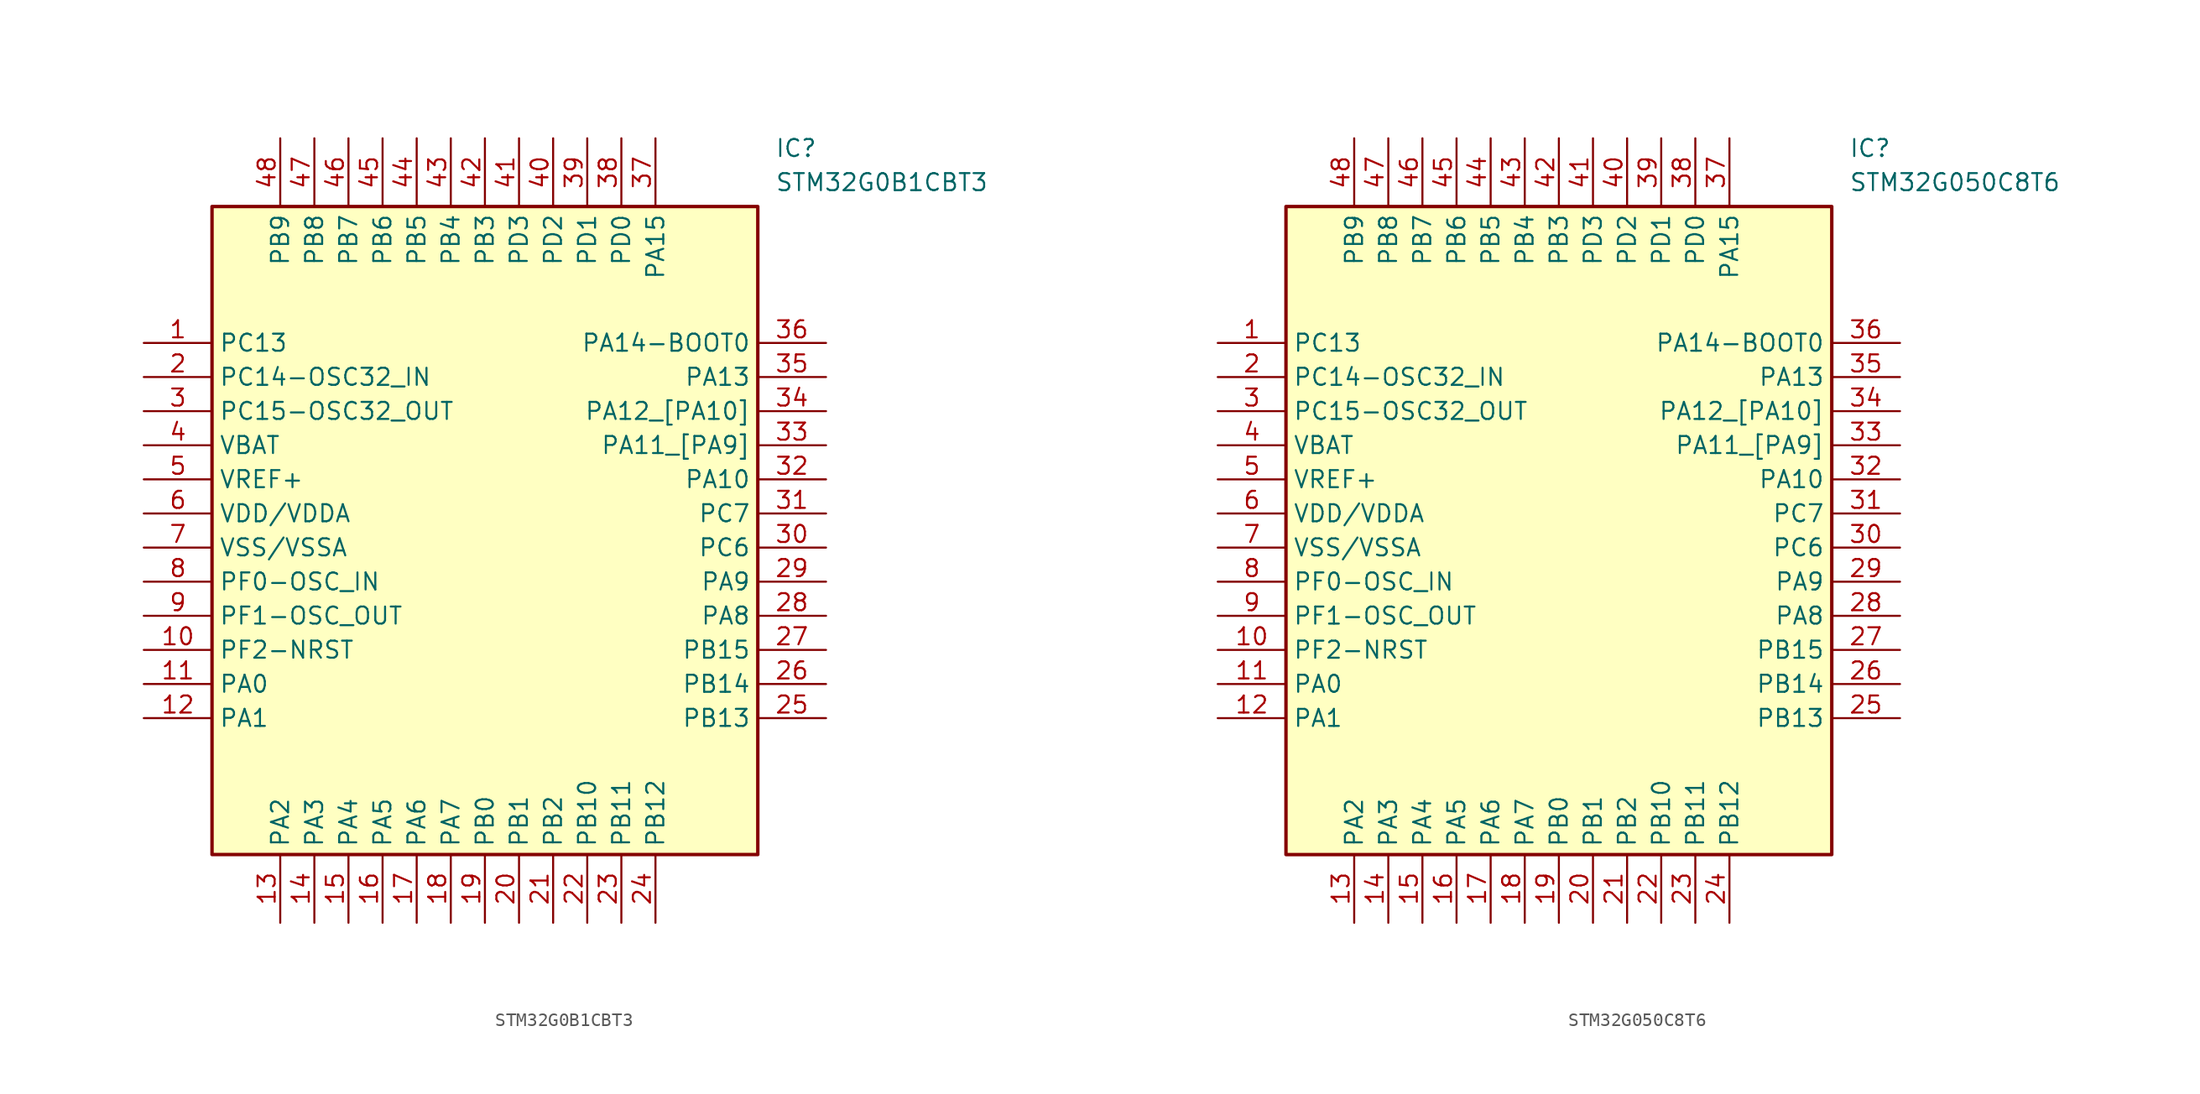
<source format=kicad_sym>
(kicad_symbol_lib
  (version 20231120)
  (generator "kicad_symbol_editor")
  (generator_version "8.0")
  (symbol "STM32G0B1CBT3"
    (property "Reference" "IC"
      (at 46.99 15.24 0)
      (effects (font (size 1.27 1.27)) (justify left top)))
    (property "Value" "STM32G0B1CBT3"
      (at 46.99 12.7 0)
      (effects (font (size 1.27 1.27)) (justify left top)))
    (rectangle
      (start 5.08 10.16)
      (end 45.72 -38.1)
      (stroke (width 0.254) (type default))
      (fill (type background)))
    (pin passive line
      (at 0 0 0)
      (length 5.08)
      (name "PC13" (effects (font (size 1.27 1.27))))
      (number "1" (effects (font (size 1.27 1.27)))))
    (pin passive line
      (at 0 -2.54 0)
      (length 5.08)
      (name "PC14-OSC32_IN" (effects (font (size 1.27 1.27))))
      (number "2" (effects (font (size 1.27 1.27)))))
    (pin passive line
      (at 0 -5.08 0)
      (length 5.08)
      (name "PC15-OSC32_OUT" (effects (font (size 1.27 1.27))))
      (number "3" (effects (font (size 1.27 1.27)))))
    (pin passive line
      (at 0 -7.62 0)
      (length 5.08)
      (name "VBAT" (effects (font (size 1.27 1.27))))
      (number "4" (effects (font (size 1.27 1.27)))))
    (pin passive line
      (at 0 -10.16 0)
      (length 5.08)
      (name "VREF+" (effects (font (size 1.27 1.27))))
      (number "5" (effects (font (size 1.27 1.27)))))
    (pin passive line
      (at 0 -12.7 0)
      (length 5.08)
      (name "VDD/VDDA" (effects (font (size 1.27 1.27))))
      (number "6" (effects (font (size 1.27 1.27)))))
    (pin passive line
      (at 0 -15.24 0)
      (length 5.08)
      (name "VSS/VSSA" (effects (font (size 1.27 1.27))))
      (number "7" (effects (font (size 1.27 1.27)))))
    (pin passive line
      (at 0 -17.78 0)
      (length 5.08)
      (name "PF0-OSC_IN" (effects (font (size 1.27 1.27))))
      (number "8" (effects (font (size 1.27 1.27)))))
    (pin passive line
      (at 0 -20.32 0)
      (length 5.08)
      (name "PF1-OSC_OUT" (effects (font (size 1.27 1.27))))
      (number "9" (effects (font (size 1.27 1.27)))))
    (pin passive line
      (at 0 -22.86 0)
      (length 5.08)
      (name "PF2-NRST" (effects (font (size 1.27 1.27))))
      (number "10" (effects (font (size 1.27 1.27)))))
    (pin passive line
      (at 0 -25.4 0)
      (length 5.08)
      (name "PA0" (effects (font (size 1.27 1.27))))
      (number "11" (effects (font (size 1.27 1.27)))))
    (pin passive line
      (at 0 -27.94 0)
      (length 5.08)
      (name "PA1" (effects (font (size 1.27 1.27))))
      (number "12" (effects (font (size 1.27 1.27)))))
    (pin passive line
      (at 10.16 -43.18 90)
      (length 5.08)
      (name "PA2" (effects (font (size 1.27 1.27))))
      (number "13" (effects (font (size 1.27 1.27)))))
    (pin passive line
      (at 12.7 -43.18 90)
      (length 5.08)
      (name "PA3" (effects (font (size 1.27 1.27))))
      (number "14" (effects (font (size 1.27 1.27)))))
    (pin passive line
      (at 15.24 -43.18 90)
      (length 5.08)
      (name "PA4" (effects (font (size 1.27 1.27))))
      (number "15" (effects (font (size 1.27 1.27)))))
    (pin passive line
      (at 17.78 -43.18 90)
      (length 5.08)
      (name "PA5" (effects (font (size 1.27 1.27))))
      (number "16" (effects (font (size 1.27 1.27)))))
    (pin passive line
      (at 20.32 -43.18 90)
      (length 5.08)
      (name "PA6" (effects (font (size 1.27 1.27))))
      (number "17" (effects (font (size 1.27 1.27)))))
    (pin passive line
      (at 22.86 -43.18 90)
      (length 5.08)
      (name "PA7" (effects (font (size 1.27 1.27))))
      (number "18" (effects (font (size 1.27 1.27)))))
    (pin passive line
      (at 25.4 -43.18 90)
      (length 5.08)
      (name "PB0" (effects (font (size 1.27 1.27))))
      (number "19" (effects (font (size 1.27 1.27)))))
    (pin passive line
      (at 27.94 -43.18 90)
      (length 5.08)
      (name "PB1" (effects (font (size 1.27 1.27))))
      (number "20" (effects (font (size 1.27 1.27)))))
    (pin passive line
      (at 30.48 -43.18 90)
      (length 5.08)
      (name "PB2" (effects (font (size 1.27 1.27))))
      (number "21" (effects (font (size 1.27 1.27)))))
    (pin passive line
      (at 33.02 -43.18 90)
      (length 5.08)
      (name "PB10" (effects (font (size 1.27 1.27))))
      (number "22" (effects (font (size 1.27 1.27)))))
    (pin passive line
      (at 35.56 -43.18 90)
      (length 5.08)
      (name "PB11" (effects (font (size 1.27 1.27))))
      (number "23" (effects (font (size 1.27 1.27)))))
    (pin passive line
      (at 38.1 -43.18 90)
      (length 5.08)
      (name "PB12" (effects (font (size 1.27 1.27))))
      (number "24" (effects (font (size 1.27 1.27)))))
    (pin passive line
      (at 50.8 0 180)
      (length 5.08)
      (name "PA14-BOOT0" (effects (font (size 1.27 1.27))))
      (number "36" (effects (font (size 1.27 1.27)))))
    (pin passive line
      (at 50.8 -2.54 180)
      (length 5.08)
      (name "PA13" (effects (font (size 1.27 1.27))))
      (number "35" (effects (font (size 1.27 1.27)))))
    (pin passive line
      (at 50.8 -5.08 180)
      (length 5.08)
      (name "PA12_[PA10]" (effects (font (size 1.27 1.27))))
      (number "34" (effects (font (size 1.27 1.27)))))
    (pin passive line
      (at 50.8 -7.62 180)
      (length 5.08)
      (name "PA11_[PA9]" (effects (font (size 1.27 1.27))))
      (number "33" (effects (font (size 1.27 1.27)))))
    (pin passive line
      (at 50.8 -10.16 180)
      (length 5.08)
      (name "PA10" (effects (font (size 1.27 1.27))))
      (number "32" (effects (font (size 1.27 1.27)))))
    (pin passive line
      (at 50.8 -12.7 180)
      (length 5.08)
      (name "PC7" (effects (font (size 1.27 1.27))))
      (number "31" (effects (font (size 1.27 1.27)))))
    (pin passive line
      (at 50.8 -15.24 180)
      (length 5.08)
      (name "PC6" (effects (font (size 1.27 1.27))))
      (number "30" (effects (font (size 1.27 1.27)))))
    (pin passive line
      (at 50.8 -17.78 180)
      (length 5.08)
      (name "PA9" (effects (font (size 1.27 1.27))))
      (number "29" (effects (font (size 1.27 1.27)))))
    (pin passive line
      (at 50.8 -20.32 180)
      (length 5.08)
      (name "PA8" (effects (font (size 1.27 1.27))))
      (number "28" (effects (font (size 1.27 1.27)))))
    (pin passive line
      (at 50.8 -22.86 180)
      (length 5.08)
      (name "PB15" (effects (font (size 1.27 1.27))))
      (number "27" (effects (font (size 1.27 1.27)))))
    (pin passive line
      (at 50.8 -25.4 180)
      (length 5.08)
      (name "PB14" (effects (font (size 1.27 1.27))))
      (number "26" (effects (font (size 1.27 1.27)))))
    (pin passive line
      (at 50.8 -27.94 180)
      (length 5.08)
      (name "PB13" (effects (font (size 1.27 1.27))))
      (number "25" (effects (font (size 1.27 1.27)))))
    (pin passive line
      (at 10.16 15.24 270)
      (length 5.08)
      (name "PB9" (effects (font (size 1.27 1.27))))
      (number "48" (effects (font (size 1.27 1.27)))))
    (pin passive line
      (at 12.7 15.24 270)
      (length 5.08)
      (name "PB8" (effects (font (size 1.27 1.27))))
      (number "47" (effects (font (size 1.27 1.27)))))
    (pin passive line
      (at 15.24 15.24 270)
      (length 5.08)
      (name "PB7" (effects (font (size 1.27 1.27))))
      (number "46" (effects (font (size 1.27 1.27)))))
    (pin passive line
      (at 17.78 15.24 270)
      (length 5.08)
      (name "PB6" (effects (font (size 1.27 1.27))))
      (number "45" (effects (font (size 1.27 1.27)))))
    (pin passive line
      (at 20.32 15.24 270)
      (length 5.08)
      (name "PB5" (effects (font (size 1.27 1.27))))
      (number "44" (effects (font (size 1.27 1.27)))))
    (pin passive line
      (at 22.86 15.24 270)
      (length 5.08)
      (name "PB4" (effects (font (size 1.27 1.27))))
      (number "43" (effects (font (size 1.27 1.27)))))
    (pin passive line
      (at 25.4 15.24 270)
      (length 5.08)
      (name "PB3" (effects (font (size 1.27 1.27))))
      (number "42" (effects (font (size 1.27 1.27)))))
    (pin passive line
      (at 27.94 15.24 270)
      (length 5.08)
      (name "PD3" (effects (font (size 1.27 1.27))))
      (number "41" (effects (font (size 1.27 1.27)))))
    (pin passive line
      (at 30.48 15.24 270)
      (length 5.08)
      (name "PD2" (effects (font (size 1.27 1.27))))
      (number "40" (effects (font (size 1.27 1.27)))))
    (pin passive line
      (at 33.02 15.24 270)
      (length 5.08)
      (name "PD1" (effects (font (size 1.27 1.27))))
      (number "39" (effects (font (size 1.27 1.27)))))
    (pin passive line
      (at 35.56 15.24 270)
      (length 5.08)
      (name "PD0" (effects (font (size 1.27 1.27))))
      (number "38" (effects (font (size 1.27 1.27)))))
    (pin passive line
      (at 38.1 15.24 270)
      (length 5.08)
      (name "PA15" (effects (font (size 1.27 1.27))))
      (number "37" (effects (font (size 1.27 1.27))))))
  (symbol "STM32G050C8T6"
    (property "Reference" "IC"
      (at 46.99 15.24 0)
      (effects (font (size 1.27 1.27)) (justify left top)))
    (property "Value" "STM32G050C8T6"
      (at 46.99 12.7 0)
      (effects (font (size 1.27 1.27)) (justify left top)))
    (symbol "STM32G050C8T6_1_1"
      (rectangle (start 5.08 10.16) (end 45.72 -38.1) (stroke (width 0.254) (type default)) (fill (type background)))
      (pin passive line (at 0 0 0) (length 5.08) (name "PC13" (effects (font (size 1.27 1.27)))) (number "1" (effects (font (size 1.27 1.27)))))
      (pin passive line (at 0 -22.86 0) (length 5.08) (name "PF2-NRST" (effects (font (size 1.27 1.27)))) (number "10" (effects (font (size 1.27 1.27)))))
      (pin passive line (at 0 -25.4 0) (length 5.08) (name "PA0" (effects (font (size 1.27 1.27)))) (number "11" (effects (font (size 1.27 1.27)))))
      (pin passive line (at 0 -27.94 0) (length 5.08) (name "PA1" (effects (font (size 1.27 1.27)))) (number "12" (effects (font (size 1.27 1.27)))))
      (pin passive line (at 10.16 -43.18 90) (length 5.08) (name "PA2" (effects (font (size 1.27 1.27)))) (number "13" (effects (font (size 1.27 1.27)))))
      (pin passive line (at 12.7 -43.18 90) (length 5.08) (name "PA3" (effects (font (size 1.27 1.27)))) (number "14" (effects (font (size 1.27 1.27)))))
      (pin passive line (at 15.24 -43.18 90) (length 5.08) (name "PA4" (effects (font (size 1.27 1.27)))) (number "15" (effects (font (size 1.27 1.27)))))
      (pin passive line (at 17.78 -43.18 90) (length 5.08) (name "PA5" (effects (font (size 1.27 1.27)))) (number "16" (effects (font (size 1.27 1.27)))))
      (pin passive line (at 20.32 -43.18 90) (length 5.08) (name "PA6" (effects (font (size 1.27 1.27)))) (number "17" (effects (font (size 1.27 1.27)))))
      (pin passive line (at 22.86 -43.18 90) (length 5.08) (name "PA7" (effects (font (size 1.27 1.27)))) (number "18" (effects (font (size 1.27 1.27)))))
      (pin passive line (at 25.4 -43.18 90) (length 5.08) (name "PB0" (effects (font (size 1.27 1.27)))) (number "19" (effects (font (size 1.27 1.27)))))
      (pin passive line (at 0 -2.54 0) (length 5.08) (name "PC14-OSC32_IN" (effects (font (size 1.27 1.27)))) (number "2" (effects (font (size 1.27 1.27)))))
      (pin passive line (at 27.94 -43.18 90) (length 5.08) (name "PB1" (effects (font (size 1.27 1.27)))) (number "20" (effects (font (size 1.27 1.27)))))
      (pin passive line (at 30.48 -43.18 90) (length 5.08) (name "PB2" (effects (font (size 1.27 1.27)))) (number "21" (effects (font (size 1.27 1.27)))))
      (pin passive line (at 33.02 -43.18 90) (length 5.08) (name "PB10" (effects (font (size 1.27 1.27)))) (number "22" (effects (font (size 1.27 1.27)))))
      (pin passive line (at 35.56 -43.18 90) (length 5.08) (name "PB11" (effects (font (size 1.27 1.27)))) (number "23" (effects (font (size 1.27 1.27)))))
      (pin passive line (at 38.1 -43.18 90) (length 5.08) (name "PB12" (effects (font (size 1.27 1.27)))) (number "24" (effects (font (size 1.27 1.27)))))
      (pin passive line (at 50.8 -27.94 180) (length 5.08) (name "PB13" (effects (font (size 1.27 1.27)))) (number "25" (effects (font (size 1.27 1.27)))))
      (pin passive line (at 50.8 -25.4 180) (length 5.08) (name "PB14" (effects (font (size 1.27 1.27)))) (number "26" (effects (font (size 1.27 1.27)))))
      (pin passive line (at 50.8 -22.86 180) (length 5.08) (name "PB15" (effects (font (size 1.27 1.27)))) (number "27" (effects (font (size 1.27 1.27)))))
      (pin passive line (at 50.8 -20.32 180) (length 5.08) (name "PA8" (effects (font (size 1.27 1.27)))) (number "28" (effects (font (size 1.27 1.27)))))
      (pin passive line (at 50.8 -17.78 180) (length 5.08) (name "PA9" (effects (font (size 1.27 1.27)))) (number "29" (effects (font (size 1.27 1.27)))))
      (pin passive line (at 0 -5.08 0) (length 5.08) (name "PC15-OSC32_OUT" (effects (font (size 1.27 1.27)))) (number "3" (effects (font (size 1.27 1.27)))))
      (pin passive line (at 50.8 -15.24 180) (length 5.08) (name "PC6" (effects (font (size 1.27 1.27)))) (number "30" (effects (font (size 1.27 1.27)))))
      (pin passive line (at 50.8 -12.7 180) (length 5.08) (name "PC7" (effects (font (size 1.27 1.27)))) (number "31" (effects (font (size 1.27 1.27)))))
      (pin passive line (at 50.8 -10.16 180) (length 5.08) (name "PA10" (effects (font (size 1.27 1.27)))) (number "32" (effects (font (size 1.27 1.27)))))
      (pin passive line (at 50.8 -7.62 180) (length 5.08) (name "PA11_[PA9]" (effects (font (size 1.27 1.27)))) (number "33" (effects (font (size 1.27 1.27)))))
      (pin passive line (at 50.8 -5.08 180) (length 5.08) (name "PA12_[PA10]" (effects (font (size 1.27 1.27)))) (number "34" (effects (font (size 1.27 1.27)))))
      (pin passive line (at 50.8 -2.54 180) (length 5.08) (name "PA13" (effects (font (size 1.27 1.27)))) (number "35" (effects (font (size 1.27 1.27)))))
      (pin passive line (at 50.8 0 180) (length 5.08) (name "PA14-BOOT0" (effects (font (size 1.27 1.27)))) (number "36" (effects (font (size 1.27 1.27)))))
      (pin passive line (at 38.1 15.24 270) (length 5.08) (name "PA15" (effects (font (size 1.27 1.27)))) (number "37" (effects (font (size 1.27 1.27)))))
      (pin passive line (at 35.56 15.24 270) (length 5.08) (name "PD0" (effects (font (size 1.27 1.27)))) (number "38" (effects (font (size 1.27 1.27)))))
      (pin passive line (at 33.02 15.24 270) (length 5.08) (name "PD1" (effects (font (size 1.27 1.27)))) (number "39" (effects (font (size 1.27 1.27)))))
      (pin passive line (at 0 -7.62 0) (length 5.08) (name "VBAT" (effects (font (size 1.27 1.27)))) (number "4" (effects (font (size 1.27 1.27)))))
      (pin passive line (at 30.48 15.24 270) (length 5.08) (name "PD2" (effects (font (size 1.27 1.27)))) (number "40" (effects (font (size 1.27 1.27)))))
      (pin passive line (at 27.94 15.24 270) (length 5.08) (name "PD3" (effects (font (size 1.27 1.27)))) (number "41" (effects (font (size 1.27 1.27)))))
      (pin passive line (at 25.4 15.24 270) (length 5.08) (name "PB3" (effects (font (size 1.27 1.27)))) (number "42" (effects (font (size 1.27 1.27)))))
      (pin passive line (at 22.86 15.24 270) (length 5.08) (name "PB4" (effects (font (size 1.27 1.27)))) (number "43" (effects (font (size 1.27 1.27)))))
      (pin passive line (at 20.32 15.24 270) (length 5.08) (name "PB5" (effects (font (size 1.27 1.27)))) (number "44" (effects (font (size 1.27 1.27)))))
      (pin passive line (at 17.78 15.24 270) (length 5.08) (name "PB6" (effects (font (size 1.27 1.27)))) (number "45" (effects (font (size 1.27 1.27)))))
      (pin passive line (at 15.24 15.24 270) (length 5.08) (name "PB7" (effects (font (size 1.27 1.27)))) (number "46" (effects (font (size 1.27 1.27)))))
      (pin passive line (at 12.7 15.24 270) (length 5.08) (name "PB8" (effects (font (size 1.27 1.27)))) (number "47" (effects (font (size 1.27 1.27)))))
      (pin passive line (at 10.16 15.24 270) (length 5.08) (name "PB9" (effects (font (size 1.27 1.27)))) (number "48" (effects (font (size 1.27 1.27)))))
      (pin passive line (at 0 -10.16 0) (length 5.08) (name "VREF+" (effects (font (size 1.27 1.27)))) (number "5" (effects (font (size 1.27 1.27)))))
      (pin passive line (at 0 -12.7 0) (length 5.08) (name "VDD/VDDA" (effects (font (size 1.27 1.27)))) (number "6" (effects (font (size 1.27 1.27)))))
      (pin passive line (at 0 -15.24 0) (length 5.08) (name "VSS/VSSA" (effects (font (size 1.27 1.27)))) (number "7" (effects (font (size 1.27 1.27)))))
      (pin passive line (at 0 -17.78 0) (length 5.08) (name "PF0-OSC_IN" (effects (font (size 1.27 1.27)))) (number "8" (effects (font (size 1.27 1.27)))))
      (pin passive line (at 0 -20.32 0) (length 5.08) (name "PF1-OSC_OUT" (effects (font (size 1.27 1.27)))) (number "9" (effects (font (size 1.27 1.27))))))))
</source>
